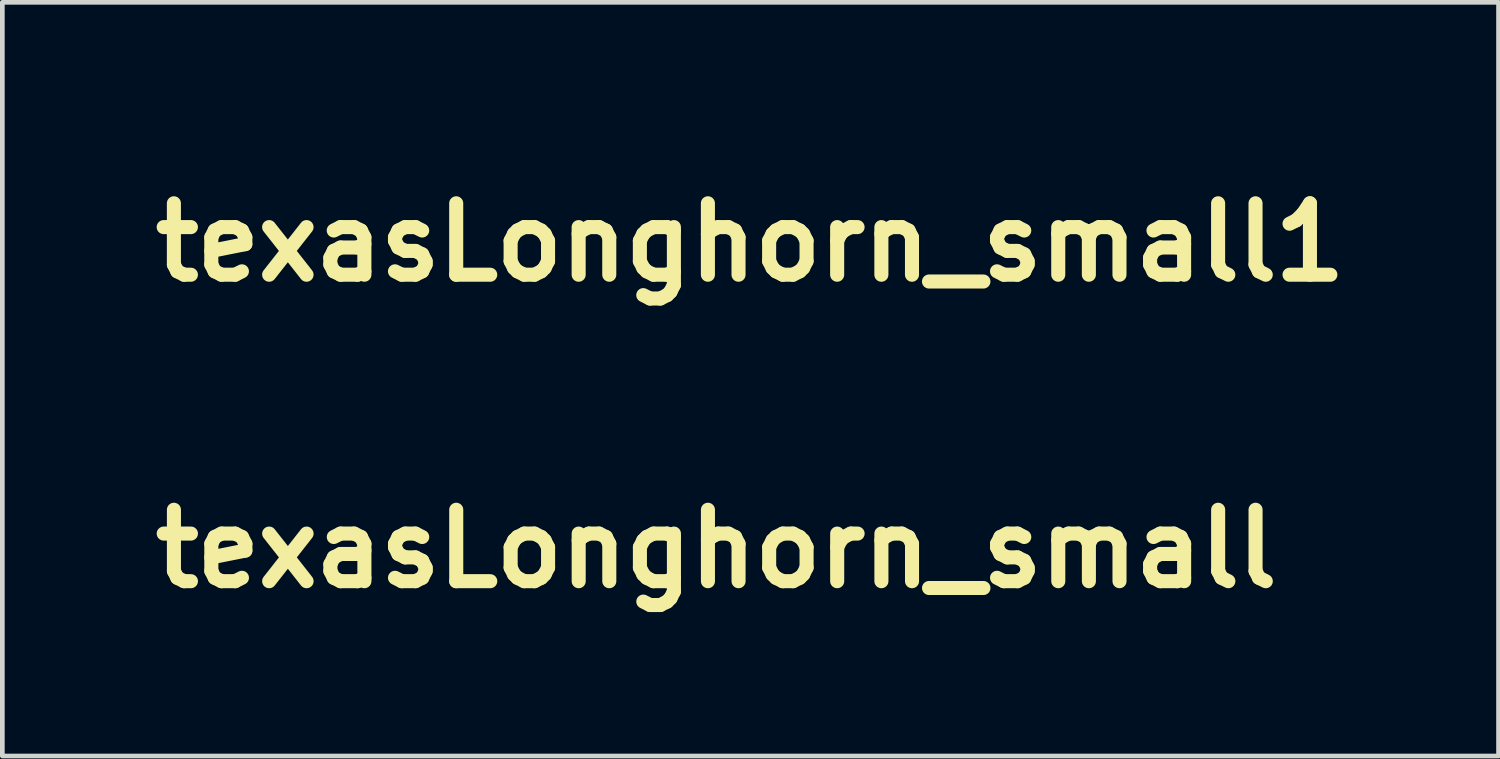
<source format=kicad_pcb>
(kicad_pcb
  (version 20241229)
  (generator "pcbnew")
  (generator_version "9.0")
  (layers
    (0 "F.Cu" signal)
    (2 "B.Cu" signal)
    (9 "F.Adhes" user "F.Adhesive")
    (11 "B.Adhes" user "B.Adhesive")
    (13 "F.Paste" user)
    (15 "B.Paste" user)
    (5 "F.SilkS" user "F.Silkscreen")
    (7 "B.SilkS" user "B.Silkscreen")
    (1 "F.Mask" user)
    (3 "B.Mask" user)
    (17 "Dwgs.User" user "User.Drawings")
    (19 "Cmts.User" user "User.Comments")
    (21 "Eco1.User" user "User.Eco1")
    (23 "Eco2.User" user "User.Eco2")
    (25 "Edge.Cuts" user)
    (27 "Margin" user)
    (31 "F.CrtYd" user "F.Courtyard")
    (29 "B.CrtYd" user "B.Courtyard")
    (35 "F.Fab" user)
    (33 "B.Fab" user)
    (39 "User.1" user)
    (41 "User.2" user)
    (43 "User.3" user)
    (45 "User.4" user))
  (footprint "texasLonghorn_small"
    (layer "F.Cu")
    (at 12.236 8.661)
    (property "Reference" "texasLonghorn_small" (at 0 0 0) (layer "F.SilkS") (effects (font (size 1.524 1.524) (thickness 0.3))))
    (attr through_hole)
    (fp_poly (pts (xy 1.749 -0.803) (xy 1.736 -0.762) (xy 1.615 -0.688) (xy 1.539 -0.677) (xy 1.375 -0.632) (xy 1.167 -0.519) (xy 0.966 -0.375) (xy 0.822 -0.236) (xy 0.784 -0.148) (xy 0.73 -0.057) (xy 0.625 -0.019) (xy 0.445 0.088) (xy 0.314 0.318) (xy 0.255 0.629) (xy 0.254 0.681) (xy 0.23 0.862) (xy 0.13 0.926) (xy 0.051 0.931) (xy -0.125 0.881) (xy -0.203 0.797) (xy -0.222 0.635) (xy -0.204 0.58) (xy -0.198 0.451) (xy -0.254 0.254) (xy -0.256 0.249) (xy -0.383 0.057) (xy -0.568 0.000002) (xy -0.57 0) (xy -0.723 -0.031) (xy -0.734 -0.119) (xy -0.77 -0.237) (xy -0.914 -0.386) (xy -1.119 -0.532) (xy -1.338 -0.64) (xy -1.507 -0.677) (xy -1.654 -0.71) (xy -1.693 -0.762) (xy -1.625 -0.837) (xy -1.44 -0.83) (xy -1.165 -0.746) (xy -0.95 -0.65) (xy -0.522 -0.51) (xy -0.025 -0.455) (xy 0.478 -0.485) (xy 0.922 -0.6) (xy 1.057 -0.662) (xy 1.295 -0.769) (xy 1.516 -0.832) (xy 1.681 -0.845) (xy 1.749 -0.803)) (stroke (width 0.01) (type solid)) (fill no) (layer "Eco2.User")))
  (footprint "texasLonghorn_small1"
    (layer "F.Cu")
    (at 12.961 2.122)
    (property "Reference" "texasLonghorn_small1" (at 0 0 0) (layer "F.SilkS") (effects (font (size 1.524 1.524) (thickness 0.3))))
    (attr through_hole)
    (fp_poly (pts (xy 3.956 -2.085) (xy 4.015 -2.065) (xy 4.139 -1.987) (xy 4.098 -1.916) (xy 3.898 -1.855) (xy 3.766 -1.833) (xy 3.299 -1.717) (xy 2.847 -1.487) (xy 2.529 -1.259) (xy 2.248 -1.056) (xy 1.938 -0.858) (xy 1.872 -0.819) (xy 1.522 -0.621) (xy 1.735 -0.524) (xy 1.91 -0.413) (xy 1.919 -0.308) (xy 1.761 -0.199) (xy 1.696 -0.17) (xy 1.411 -0.11) (xy 1.188 -0.156) (xy 1.009 -0.204) (xy 0.939 -0.173) (xy 0.931 -0.119) (xy 0.894 0.028) (xy 0.8 0.253) (xy 0.745 0.363) (xy 0.618 0.691) (xy 0.558 1.087) (xy 0.549 1.302) (xy 0.521 1.687) (xy 0.439 1.932) (xy 0.283 2.066) (xy 0.033 2.115) (xy -0.057 2.117) (xy -0.308 2.066) (xy -0.474 1.904) (xy -0.57 1.658) (xy -0.56 1.353) (xy -0.548 1.089) (xy -0.608 0.804) (xy -0.719 0.51) (xy -0.829 0.229) (xy -0.906 -0.000021) (xy -0.931 -0.117) (xy -0.963 -0.191) (xy -1.085 -0.188) (xy -1.206 -0.155) (xy -1.558 -0.12) (xy -1.714 -0.16) (xy -1.897 -0.276) (xy -1.937 -0.406) (xy -1.829 -0.513) (xy -1.761 -0.537) (xy -1.673 -0.559) (xy -1.626 -0.583) (xy -1.638 -0.625) (xy -1.725 -0.702) (xy -1.905 -0.83) (xy -2.196 -1.025) (xy -2.472 -1.209) (xy -2.975 -1.521) (xy -3.397 -1.734) (xy -3.724 -1.841) (xy -3.943 -1.838) (xy -3.975 -1.823) (xy -4.081 -1.837) (xy -4.111 -1.871) (xy -4.104 -1.99) (xy -4.054 -2.04) (xy -3.791 -2.111) (xy -3.418 -2.068) (xy -2.948 -1.913) (xy -2.392 -1.651) (xy -2.046 -1.457) (xy -1.482 -1.125) (xy 1.566 -1.165) (xy 2.244 -1.558) (xy 2.807 -1.858) (xy 3.269 -2.043) (xy 3.646 -2.117) (xy 3.956 -2.085)) (stroke (width 0.01) (type solid)) (fill no) (layer "Eco2.User")))
  (gr_rect
    (start -3 -3)
    (end 28.923 13.08)
    (stroke (width 0.1) (type default))
    (fill no)
    (layer "Edge.Cuts")))
</source>
